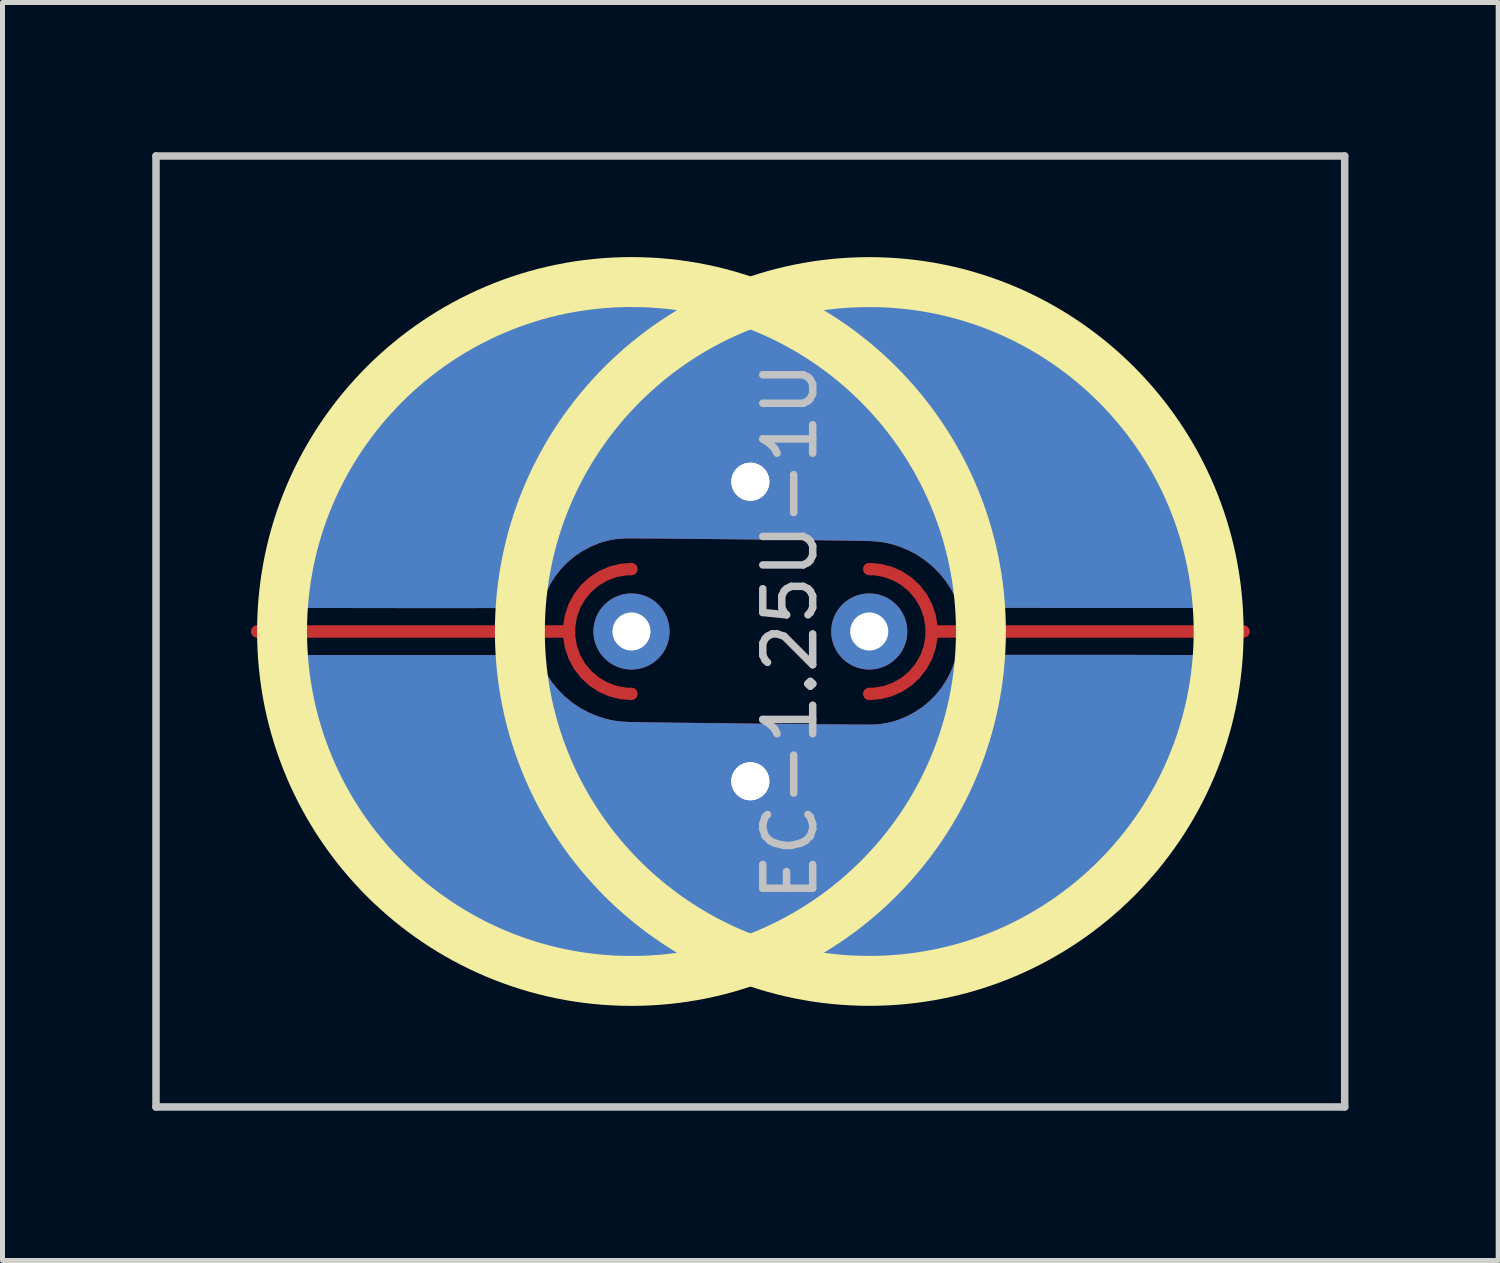
<source format=kicad_pcb>
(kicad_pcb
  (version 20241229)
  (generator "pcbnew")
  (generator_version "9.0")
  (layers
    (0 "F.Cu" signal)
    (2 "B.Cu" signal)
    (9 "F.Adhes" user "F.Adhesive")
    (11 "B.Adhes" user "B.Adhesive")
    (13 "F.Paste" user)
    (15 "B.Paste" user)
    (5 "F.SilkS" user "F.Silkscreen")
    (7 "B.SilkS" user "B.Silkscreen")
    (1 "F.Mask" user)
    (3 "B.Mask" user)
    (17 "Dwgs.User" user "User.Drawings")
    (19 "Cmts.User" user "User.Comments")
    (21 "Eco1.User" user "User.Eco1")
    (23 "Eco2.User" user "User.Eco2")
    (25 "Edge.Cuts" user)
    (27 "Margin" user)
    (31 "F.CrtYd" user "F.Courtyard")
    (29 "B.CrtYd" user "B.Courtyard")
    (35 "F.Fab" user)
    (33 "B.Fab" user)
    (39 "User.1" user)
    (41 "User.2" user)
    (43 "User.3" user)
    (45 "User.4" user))
  (footprint "EC-1.25U-1U"
    (layer "F.Cu")
    (at 9.6 9.6)
    (property "Reference" "EC-1.25U-1U" (at 3.175 0 90) (layer "Dwgs.User") (effects (font (size 1 1) (thickness 0.15))))
    (attr through_hole)
    (fp_circle (center 0 0) (end 7 0) (stroke (width 1) (type solid)) (fill no) (layer "F.SilkS"))
    (fp_circle (center 4.763 0) (end 11.762 0) (stroke (width 1) (type solid)) (fill no) (layer "F.SilkS"))
    (fp_line (start -9.525 -9.525) (end 14.287 -9.525) (stroke (width 0.15) (type solid)) (layer "Dwgs.User"))
    (fp_line (start -9.525 9.525) (end -9.525 -9.525) (stroke (width 0.15) (type solid)) (layer "Dwgs.User"))
    (fp_line (start 14.287 -9.525) (end 14.287 9.525) (stroke (width 0.15) (type solid)) (layer "Dwgs.User"))
    (fp_line (start 14.287 9.525) (end -9.525 9.525) (stroke (width 0.15) (type solid)) (layer "Dwgs.User"))
    (pad "" thru_hole circle (at 0 0 90) (size 1.524 1.524) (drill 0.762) (layers "*.Cu" "B.Mask"))
    (pad "" thru_hole circle (at 4.763 0 90) (size 1.524 1.524) (drill 0.762) (layers "*.Cu" "B.Mask"))
    (pad "1" thru_hole circle (at 2.381 -3 90) (size 1.524 1.524) (drill 0.762) (layers "*.Cu" "B.Mask"))
    (pad "1" thru_hole custom (at 2.381 -3) (size 1.524 1.524) (drill 0.762) (layers "F.Cu") (options (anchor circle)) (primitives (gr_poly (pts (xy 1.402 -4.076) (xy 1.57 -4.076) (xy 1.723 -4.076) (xy 1.864 -4.076) (xy 1.993 -4.075) (xy 2.109 -4.074) (xy 2.216 -4.073) (xy 2.312 -4.072) (xy 2.399 -4.071) (xy 2.478 -4.07) (xy 2.549 -4.068) (xy 2.613 -4.067) (xy 2.672 -4.065) (xy 2.725 -4.063) (xy 2.773 -4.06) (xy 2.818 -4.058) (xy 2.86 -4.055) (xy 2.9 -4.052) (xy 2.938 -4.049) (xy 2.976 -4.045) (xy 3.006 -4.042) (xy 3.38 -3.994) (xy 3.748 -3.928) (xy 4.109 -3.842) (xy 4.464 -3.739) (xy 4.812 -3.617) (xy 5.151 -3.478) (xy 5.482 -3.322) (xy 5.804 -3.149) (xy 6.116 -2.96) (xy 6.418 -2.754) (xy 6.709 -2.533) (xy 6.988 -2.296) (xy 7.255 -2.044) (xy 7.51 -1.777) (xy 7.751 -1.496) (xy 7.979 -1.2) (xy 8.147 -0.959) (xy 8.345 -0.646) (xy 8.525 -0.322) (xy 8.688 0.01) (xy 8.833 0.351) (xy 8.96 0.7) (xy 9.069 1.057) (xy 9.159 1.419) (xy 9.23 1.788) (xy 9.271 2.062) (xy 9.282 2.152) (xy 9.289 2.224) (xy 9.294 2.281) (xy 9.294 2.327) (xy 9.291 2.363) (xy 9.285 2.392) (xy 9.275 2.416) (xy 9.269 2.428) (xy 9.235 2.47) (xy 9.199 2.498) (xy 9.156 2.523) (xy 6.719 2.523) (xy 6.458 2.523) (xy 6.216 2.523) (xy 5.992 2.523) (xy 5.787 2.522) (xy 5.598 2.522) (xy 5.426 2.522) (xy 5.269 2.522) (xy 5.127 2.522) (xy 4.999 2.522) (xy 4.885 2.521) (xy 4.783 2.521) (xy 4.692 2.52) (xy 4.613 2.52) (xy 4.544 2.519) (xy 4.485 2.519) (xy 4.434 2.518) (xy 4.392 2.517) (xy 4.356 2.516) (xy 4.328 2.515) (xy 4.305 2.514) (xy 4.287 2.512) (xy 4.274 2.511) (xy 4.264 2.51) (xy 4.257 2.508) (xy 4.252 2.506) (xy 4.25 2.505) (xy 4.225 2.489) (xy 4.203 2.471) (xy 4.183 2.446) (xy 4.162 2.411) (xy 4.137 2.364) (xy 4.117 2.322) (xy 4.022 2.144) (xy 3.911 1.978) (xy 3.787 1.826) (xy 3.649 1.689) (xy 3.499 1.566) (xy 3.338 1.458) (xy 3.166 1.367) (xy 2.983 1.293) (xy 2.836 1.247) (xy 2.746 1.225) (xy 2.659 1.208) (xy 2.572 1.196) (xy 2.477 1.188) (xy 2.37 1.182) (xy 2.325 1.181) (xy 2.279 1.18) (xy 2.215 1.179) (xy 2.135 1.177) (xy 2.039 1.176) (xy 1.929 1.174) (xy 1.806 1.172) (xy 1.671 1.171) (xy 1.525 1.169) (xy 1.369 1.167) (xy 1.205 1.165) (xy 1.032 1.163) (xy 0.854 1.161) (xy 0.67 1.159) (xy 0.482 1.157) (xy 0.29 1.154) (xy 0.097 1.152) (xy -0.098 1.15) (xy -0.292 1.148) (xy -0.485 1.146) (xy -0.676 1.144) (xy -0.864 1.142) (xy -1.046 1.141) (xy -1.224 1.139) (xy -1.394 1.137) (xy -1.557 1.136) (xy -1.71 1.134) (xy -1.854 1.133) (xy -1.986 1.132) (xy -2.106 1.131) (xy -2.213 1.131) (xy -2.306 1.13) (xy -2.382 1.13) (xy -2.442 1.13) (xy -2.485 1.13) (xy -2.508 1.13) (xy -2.509 1.13) (xy -2.66 1.14) (xy -2.802 1.162) (xy -2.939 1.196) (xy -3.02 1.222) (xy -3.195 1.293) (xy -3.36 1.381) (xy -3.515 1.484) (xy -3.657 1.602) (xy -3.787 1.734) (xy -3.903 1.878) (xy -4.003 2.034) (xy -4.087 2.2) (xy -4.141 2.337) (xy -4.169 2.405) (xy -4.2 2.456) (xy -4.236 2.491) (xy -4.279 2.513) (xy -4.286 2.515) (xy -4.295 2.517) (xy -4.312 2.518) (xy -4.338 2.519) (xy -4.373 2.52) (xy -4.419 2.521) (xy -4.475 2.522) (xy -4.542 2.523) (xy -4.622 2.524) (xy -4.714 2.524) (xy -4.819 2.525) (xy -4.938 2.525) (xy -5.072 2.526) (xy -5.22 2.526) (xy -5.384 2.526) (xy -5.564 2.527) (xy -5.761 2.527) (xy -5.976 2.527) (xy -6.209 2.527) (xy -6.46 2.527) (xy -6.73 2.527) (xy -6.783 2.527) (xy -7.004 2.527) (xy -7.219 2.526) (xy -7.429 2.526) (xy -7.632 2.526) (xy -7.827 2.526) (xy -8.013 2.525) (xy -8.19 2.525) (xy -8.357 2.524) (xy -8.512 2.524) (xy -8.656 2.523) (xy -8.786 2.523) (xy -8.903 2.522) (xy -9.005 2.521) (xy -9.092 2.521) (xy -9.162 2.52) (xy -9.215 2.519) (xy -9.25 2.519) (xy -9.265 2.518) (xy -9.266 2.518) (xy -9.323 2.491) (xy -9.368 2.45) (xy -9.384 2.426) (xy -9.395 2.402) (xy -9.403 2.375) (xy -9.407 2.341) (xy -9.407 2.299) (xy -9.404 2.245) (xy -9.398 2.177) (xy -9.388 2.092) (xy -9.384 2.062) (xy -9.328 1.695) (xy -9.255 1.337) (xy -9.164 0.987) (xy -9.055 0.644) (xy -8.927 0.305) (xy -8.781 -0.031) (xy -8.692 -0.215) (xy -8.517 -0.543) (xy -8.325 -0.86) (xy -8.118 -1.165) (xy -7.895 -1.458) (xy -7.657 -1.739) (xy -7.406 -2.006) (xy -7.141 -2.259) (xy -6.862 -2.499) (xy -6.572 -2.723) (xy -6.269 -2.933) (xy -5.955 -3.126) (xy -5.63 -3.304) (xy -5.295 -3.465) (xy -4.985 -3.594) (xy -4.636 -3.721) (xy -4.28 -3.828) (xy -3.918 -3.916) (xy -3.55 -3.985) (xy -3.367 -4.012) (xy -3.323 -4.018) (xy -3.282 -4.024) (xy -3.244 -4.029) (xy -3.208 -4.034) (xy -3.172 -4.038) (xy -3.137 -4.042) (xy -3.101 -4.046) (xy -3.063 -4.049) (xy -3.023 -4.052) (xy -2.98 -4.055) (xy -2.933 -4.058) (xy -2.881 -4.06) (xy -2.824 -4.062) (xy -2.76 -4.064) (xy -2.689 -4.065) (xy -2.61 -4.067) (xy -2.522 -4.068) (xy -2.425 -4.069) (xy -2.318 -4.07) (xy -2.199 -4.071) (xy -2.068 -4.071) (xy -1.925 -4.072) (xy -1.768 -4.072) (xy -1.596 -4.073) (xy -1.41 -4.073) (xy -1.207 -4.074) (xy -0.987 -4.074) (xy -0.75 -4.074) (xy -0.495 -4.075) (xy -0.222 -4.075) (xy 0.064 -4.076) (xy 0.331 -4.076) (xy 0.579 -4.076) (xy 0.809 -4.076) (xy 1.023 -4.077) (xy 1.22 -4.077) (xy 1.402 -4.076)) (width 0.01) (fill yes))))
    (pad "2" thru_hole circle (at 2.381 3 90) (size 1.524 1.524) (drill 0.762) (layers "*.Cu" "B.Mask"))
    (pad "2" thru_hole custom (at 2.381 3) (size 1.524 1.524) (drill 0.762) (layers "F.Cu") (options (anchor circle)) (primitives (gr_poly (pts (xy -1.467 4.076) (xy -1.634 4.076) (xy -1.788 4.076) (xy -1.928 4.076) (xy -2.057 4.075) (xy -2.174 4.074) (xy -2.28 4.073) (xy -2.376 4.072) (xy -2.463 4.071) (xy -2.542 4.07) (xy -2.613 4.068) (xy -2.678 4.067) (xy -2.736 4.065) (xy -2.789 4.063) (xy -2.837 4.06) (xy -2.882 4.058) (xy -2.924 4.055) (xy -2.964 4.052) (xy -3.002 4.049) (xy -3.04 4.045) (xy -3.07 4.042) (xy -3.444 3.994) (xy -3.812 3.928) (xy -4.174 3.842) (xy -4.529 3.739) (xy -4.876 3.617) (xy -5.216 3.478) (xy -5.547 3.322) (xy -5.868 3.149) (xy -6.18 2.96) (xy -6.482 2.754) (xy -6.773 2.533) (xy -7.052 2.296) (xy -7.319 2.044) (xy -7.574 1.777) (xy -7.815 1.496) (xy -8.043 1.2) (xy -8.212 0.959) (xy -8.409 0.646) (xy -8.589 0.322) (xy -8.752 -0.01) (xy -8.897 -0.351) (xy -9.024 -0.7) (xy -9.133 -1.057) (xy -9.223 -1.419) (xy -9.295 -1.788) (xy -9.335 -2.062) (xy -9.346 -2.152) (xy -9.354 -2.224) (xy -9.358 -2.281) (xy -9.358 -2.327) (xy -9.356 -2.363) (xy -9.349 -2.392) (xy -9.34 -2.416) (xy -9.334 -2.428) (xy -9.3 -2.47) (xy -9.263 -2.498) (xy -9.22 -2.523) (xy -6.783 -2.523) (xy -6.522 -2.523) (xy -6.28 -2.523) (xy -6.057 -2.523) (xy -5.851 -2.522) (xy -5.663 -2.522) (xy -5.49 -2.522) (xy -5.334 -2.522) (xy -5.192 -2.522) (xy -5.064 -2.522) (xy -4.949 -2.521) (xy -4.847 -2.521) (xy -4.757 -2.52) (xy -4.677 -2.52) (xy -4.608 -2.519) (xy -4.549 -2.519) (xy -4.498 -2.518) (xy -4.456 -2.517) (xy -4.421 -2.516) (xy -4.392 -2.515) (xy -4.369 -2.514) (xy -4.351 -2.512) (xy -4.338 -2.511) (xy -4.328 -2.51) (xy -4.321 -2.508) (xy -4.316 -2.506) (xy -4.314 -2.505) (xy -4.289 -2.489) (xy -4.268 -2.471) (xy -4.248 -2.446) (xy -4.226 -2.411) (xy -4.202 -2.364) (xy -4.182 -2.322) (xy -4.086 -2.144) (xy -3.976 -1.978) (xy -3.851 -1.826) (xy -3.714 -1.689) (xy -3.564 -1.566) (xy -3.402 -1.458) (xy -3.23 -1.367) (xy -3.048 -1.293) (xy -2.9 -1.247) (xy -2.81 -1.225) (xy -2.724 -1.208) (xy -2.636 -1.196) (xy -2.542 -1.188) (xy -2.435 -1.182) (xy -2.39 -1.181) (xy -2.343 -1.18) (xy -2.279 -1.179) (xy -2.199 -1.177) (xy -2.103 -1.176) (xy -1.993 -1.174) (xy -1.87 -1.172) (xy -1.735 -1.171) (xy -1.589 -1.169) (xy -1.433 -1.167) (xy -1.269 -1.165) (xy -1.097 -1.163) (xy -0.918 -1.161) (xy -0.734 -1.159) (xy -0.546 -1.157) (xy -0.355 -1.154) (xy -0.161 -1.152) (xy 0.033 -1.15) (xy 0.228 -1.148) (xy 0.421 -1.146) (xy 0.612 -1.144) (xy 0.799 -1.142) (xy 0.982 -1.141) (xy 1.159 -1.139) (xy 1.33 -1.137) (xy 1.492 -1.136) (xy 1.646 -1.134) (xy 1.79 -1.133) (xy 1.922 -1.132) (xy 2.042 -1.131) (xy 2.149 -1.131) (xy 2.241 -1.13) (xy 2.318 -1.13) (xy 2.378 -1.13) (xy 2.42 -1.13) (xy 2.444 -1.13) (xy 2.444 -1.13) (xy 2.596 -1.14) (xy 2.738 -1.162) (xy 2.875 -1.196) (xy 2.955 -1.222) (xy 3.131 -1.293) (xy 3.296 -1.381) (xy 3.451 -1.484) (xy 3.593 -1.602) (xy 3.723 -1.734) (xy 3.838 -1.878) (xy 3.939 -2.034) (xy 4.023 -2.2) (xy 4.077 -2.337) (xy 4.105 -2.405) (xy 4.136 -2.456) (xy 4.172 -2.491) (xy 4.214 -2.513) (xy 4.222 -2.515) (xy 4.231 -2.517) (xy 4.248 -2.518) (xy 4.274 -2.519) (xy 4.309 -2.52) (xy 4.354 -2.521) (xy 4.411 -2.522) (xy 4.478 -2.523) (xy 4.558 -2.524) (xy 4.65 -2.524) (xy 4.755 -2.525) (xy 4.874 -2.525) (xy 5.007 -2.526) (xy 5.156 -2.526) (xy 5.32 -2.526) (xy 5.5 -2.527) (xy 5.697 -2.527) (xy 5.912 -2.527) (xy 6.144 -2.527) (xy 6.396 -2.527) (xy 6.666 -2.527) (xy 6.719 -2.527) (xy 6.939 -2.527) (xy 7.155 -2.526) (xy 7.365 -2.526) (xy 7.567 -2.526) (xy 7.762 -2.526) (xy 7.949 -2.525) (xy 8.126 -2.525) (xy 8.292 -2.524) (xy 8.448 -2.524) (xy 8.591 -2.523) (xy 8.722 -2.523) (xy 8.839 -2.522) (xy 8.941 -2.521) (xy 9.027 -2.521) (xy 9.098 -2.52) (xy 9.151 -2.519) (xy 9.185 -2.519) (xy 9.201 -2.518) (xy 9.202 -2.518) (xy 9.258 -2.491) (xy 9.303 -2.45) (xy 9.32 -2.426) (xy 9.331 -2.402) (xy 9.338 -2.375) (xy 9.342 -2.341) (xy 9.343 -2.299) (xy 9.34 -2.245) (xy 9.334 -2.177) (xy 9.324 -2.092) (xy 9.32 -2.062) (xy 9.264 -1.695) (xy 9.191 -1.337) (xy 9.1 -0.987) (xy 8.991 -0.644) (xy 8.863 -0.305) (xy 8.716 0.031) (xy 8.628 0.215) (xy 8.452 0.543) (xy 8.261 0.86) (xy 8.053 1.165) (xy 7.831 1.458) (xy 7.593 1.739) (xy 7.342 2.006) (xy 7.076 2.259) (xy 6.798 2.499) (xy 6.507 2.723) (xy 6.205 2.933) (xy 5.891 3.126) (xy 5.566 3.304) (xy 5.231 3.465) (xy 4.921 3.594) (xy 4.571 3.721) (xy 4.216 3.828) (xy 3.854 3.916) (xy 3.486 3.985) (xy 3.303 4.012) (xy 3.259 4.018) (xy 3.218 4.024) (xy 3.18 4.029) (xy 3.144 4.034) (xy 3.108 4.038) (xy 3.073 4.042) (xy 3.036 4.046) (xy 2.999 4.049) (xy 2.959 4.052) (xy 2.916 4.055) (xy 2.869 4.058) (xy 2.817 4.06) (xy 2.759 4.062) (xy 2.696 4.064) (xy 2.625 4.065) (xy 2.546 4.067) (xy 2.458 4.068) (xy 2.361 4.069) (xy 2.253 4.07) (xy 2.135 4.071) (xy 2.004 4.071) (xy 1.86 4.072) (xy 1.703 4.072) (xy 1.532 4.073) (xy 1.345 4.073) (xy 1.143 4.074) (xy 0.923 4.074) (xy 0.686 4.074) (xy 0.431 4.075) (xy 0.157 4.075) (xy -0.128 4.076) (xy -0.395 4.076) (xy -0.643 4.076) (xy -0.874 4.076) (xy -1.087 4.077) (xy -1.285 4.077) (xy -1.467 4.076)) (width 0.01) (fill yes))))
    (pad "3" smd custom (at -7.5 0 90) (size 0.25 0.25) (layers "F.Cu") (options (anchor circle)) (primitives (gr_line (start 0 6.25) (end 0 0) (width 0.25)) (gr_arc (start -1.25 7.5) (mid 0 6.25) (end 1.25 7.5) (width 0.25))))
    (pad "3" smd custom (at 12.262 0 270) (size 0.25 0.25) (layers "F.Cu") (options (anchor circle)) (primitives (gr_line (start 0 6.25) (end 0 0) (width 0.25)) (gr_arc (start -1.25 7.5) (mid 0 6.25) (end 1.25 7.5) (width 0.25)))))
  (gr_rect
    (start -3 -3)
    (end 26.962 22.2)
    (stroke (width 0.1) (type default))
    (fill no)
    (layer "Edge.Cuts")))
</source>
